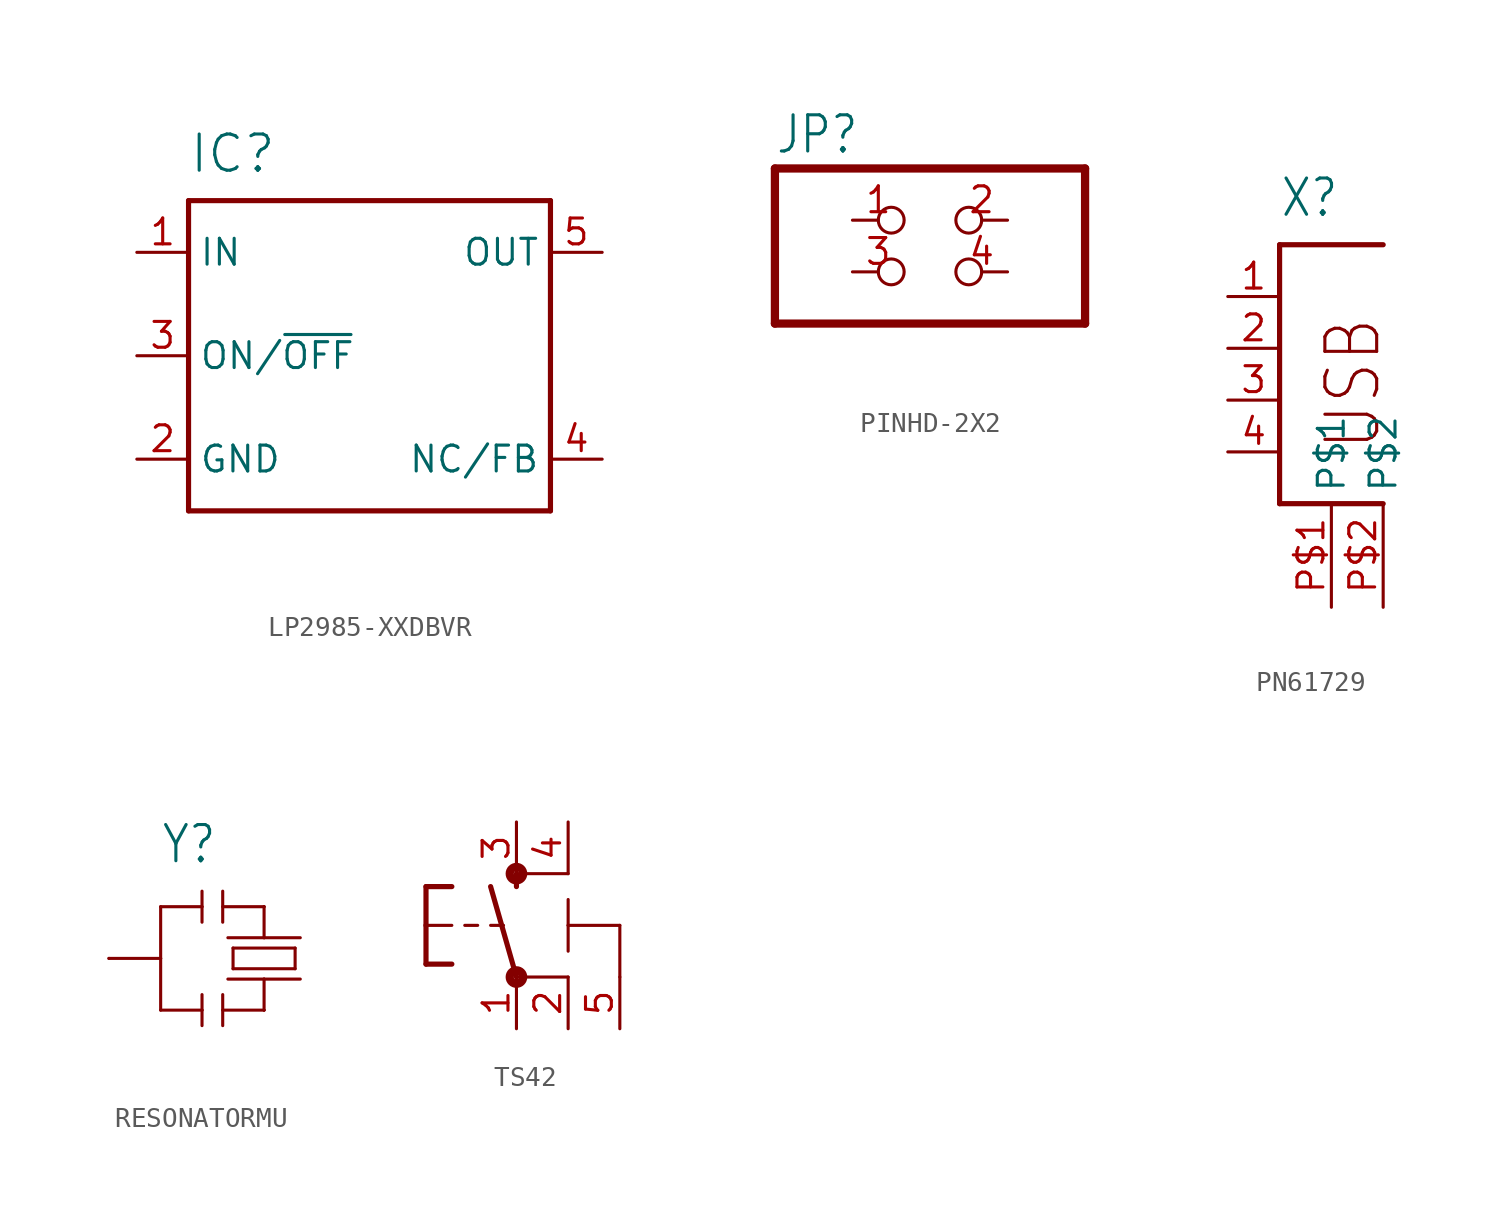
<source format=kicad_sym>
(kicad_symbol_lib
  (version 20231120)
  (generator "kicad_symbol_editor")
  (generator_version "8.0")
  (symbol "LP2985-XXDBVR"
    (property "Reference" "IC"
      (at -7.62 8.89 0)
      (effects (font (size 1.778 1.778)) (justify left bottom)))
    (property "Value" ""
      (at -7.62 -10.16 0)
      (effects (font (size 1.778 1.778)) (justify left bottom)))
    (property "ki_locked" ""
      (at 0 0 0)
      (effects (font (size 1.27 1.27))))
    (symbol "LP2985-XXDBVR_1_0"
      (polyline (pts (xy -7.62 -7.62) (xy -7.62 7.62)) (stroke (width 0.254) (type solid)) (fill (type none)))
      (polyline (pts (xy -7.62 7.62) (xy 10.16 7.62)) (stroke (width 0.254) (type solid)) (fill (type none)))
      (polyline (pts (xy 10.16 -7.62) (xy -7.62 -7.62)) (stroke (width 0.254) (type solid)) (fill (type none)))
      (polyline (pts (xy 10.16 7.62) (xy 10.16 -7.62)) (stroke (width 0.254) (type solid)) (fill (type none)))
      (pin input line (at -10.16 5.08 0) (length 2.54) (name "IN" (effects (font (size 1.27 1.27)))) (number "1" (effects (font (size 1.27 1.27)))))
      (pin power_in line (at -10.16 -5.08 0) (length 2.54) (name "GND" (effects (font (size 1.27 1.27)))) (number "2" (effects (font (size 1.27 1.27)))))
      (pin input line (at -10.16 0 0) (length 2.54) (name "ON/~{OFF}" (effects (font (size 1.27 1.27)))) (number "3" (effects (font (size 1.27 1.27)))))
      (pin passive line (at 12.7 -5.08 180) (length 2.54) (name "NC/FB" (effects (font (size 1.27 1.27)))) (number "4" (effects (font (size 1.27 1.27)))))
      (pin passive line (at 12.7 5.08 180) (length 2.54) (name "OUT" (effects (font (size 1.27 1.27)))) (number "5" (effects (font (size 1.27 1.27)))))))
  (symbol "PINHD-2X2"
    (property "Reference" "JP"
      (at -8.89 5.715 0)
      (effects (font (size 1.778 1.511)) (justify left bottom)))
    (property "Value" ""
      (at -8.89 -5.08 0)
      (effects (font (size 1.778 1.511)) (justify left bottom)))
    (property "ki_locked" ""
      (at 0 0 0)
      (effects (font (size 1.27 1.27))))
    (symbol "PINHD-2X2_1_0"
      (polyline (pts (xy -8.89 -2.54) (xy 6.35 -2.54)) (stroke (width 0.406) (type solid)) (fill (type none)))
      (polyline (pts (xy -8.89 5.08) (xy -8.89 -2.54)) (stroke (width 0.406) (type solid)) (fill (type none)))
      (polyline (pts (xy 6.35 -2.54) (xy 6.35 5.08)) (stroke (width 0.406) (type solid)) (fill (type none)))
      (polyline (pts (xy 6.35 5.08) (xy -8.89 5.08)) (stroke (width 0.406) (type solid)) (fill (type none)))
      (pin passive inverted (at -5.08 2.54 0) (length 2.54) (name "1" (effects (font (size 0 0)))) (number "1" (effects (font (size 1.27 1.27)))))
      (pin passive inverted (at 2.54 2.54 180) (length 2.54) (name "2" (effects (font (size 0 0)))) (number "2" (effects (font (size 1.27 1.27)))))
      (pin passive inverted (at -5.08 0 0) (length 2.54) (name "3" (effects (font (size 0 0)))) (number "3" (effects (font (size 1.27 1.27)))))
      (pin passive inverted (at 2.54 0 180) (length 2.54) (name "4" (effects (font (size 0 0)))) (number "4" (effects (font (size 1.27 1.27)))))))
  (symbol "PN61729"
    (property "Reference" "X"
      (at 0 8.89 0)
      (effects (font (size 1.778 1.511)) (justify left bottom)))
    (property "Value" ""
      (at 0 12.7 0)
      (effects (font (size 1.778 1.511)) (justify left bottom)))
    (property "ki_locked" ""
      (at 0 0 0)
      (effects (font (size 1.27 1.27))))
    (symbol "PN61729_1_0"
      (polyline (pts (xy 0 -5.08) (xy 5.08 -5.08)) (stroke (width 0.254) (type solid)) (fill (type none)))
      (polyline (pts (xy 0 7.62) (xy 0 -5.08)) (stroke (width 0.254) (type solid)) (fill (type none)))
      (polyline (pts (xy 0 7.62) (xy 5.08 7.62)) (stroke (width 0.254) (type solid)) (fill (type none)))
      (text "USB" (at 5.08 -2.54 900) (effects (font (size 2.54 2.159)) (justify left bottom)))
      (pin bidirectional line (at -2.54 5.08 0) (length 2.54) (name "1" (effects (font (size 0 0)))) (number "1" (effects (font (size 1.27 1.27)))))
      (pin bidirectional line (at -2.54 2.54 0) (length 2.54) (name "2" (effects (font (size 0 0)))) (number "2" (effects (font (size 1.27 1.27)))))
      (pin bidirectional line (at -2.54 0 0) (length 2.54) (name "3" (effects (font (size 0 0)))) (number "3" (effects (font (size 1.27 1.27)))))
      (pin bidirectional line (at -2.54 -2.54 0) (length 2.54) (name "4" (effects (font (size 0 0)))) (number "4" (effects (font (size 1.27 1.27)))))
      (pin bidirectional line (at 2.54 -10.16 90) (length 5.08) (name "P$1" (effects (font (size 1.27 1.27)))) (number "P$1" (effects (font (size 1.27 1.27)))))
      (pin bidirectional line (at 5.08 -10.16 90) (length 5.08) (name "P$2" (effects (font (size 1.27 1.27)))) (number "P$2" (effects (font (size 1.27 1.27)))))))
  (symbol "RESONATORMU"
    (property "Reference" "Y"
      (at -5.08 4.572 0)
      (effects (font (size 1.778 1.511)) (justify left bottom)))
    (property "Value" ""
      (at -5.08 -5.588 0)
      (effects (font (size 1.778 1.511)) (justify left bottom)))
    (property "ki_locked" ""
      (at 0 0 0)
      (effects (font (size 1.27 1.27))))
    (symbol "RESONATORMU_1_0"
      (polyline (pts (xy -5.08 -2.54) (xy -3.048 -2.54)) (stroke (width 0.152) (type solid)) (fill (type none)))
      (polyline (pts (xy -5.08 0) (xy -7.62 0)) (stroke (width 0.152) (type solid)) (fill (type none)))
      (polyline (pts (xy -5.08 0) (xy -5.08 -2.54)) (stroke (width 0.152) (type solid)) (fill (type none)))
      (polyline (pts (xy -5.08 2.54) (xy -5.08 0)) (stroke (width 0.152) (type solid)) (fill (type none)))
      (polyline (pts (xy -3.048 -2.54) (xy -3.048 -3.302)) (stroke (width 0.152) (type solid)) (fill (type none)))
      (polyline (pts (xy -3.048 -1.778) (xy -3.048 -2.54)) (stroke (width 0.152) (type solid)) (fill (type none)))
      (polyline (pts (xy -3.048 2.54) (xy -5.08 2.54)) (stroke (width 0.152) (type solid)) (fill (type none)))
      (polyline (pts (xy -3.048 2.54) (xy -3.048 1.778)) (stroke (width 0.152) (type solid)) (fill (type none)))
      (polyline (pts (xy -3.048 3.302) (xy -3.048 2.54)) (stroke (width 0.152) (type solid)) (fill (type none)))
      (polyline (pts (xy -2.032 -1.778) (xy -2.032 -3.302)) (stroke (width 0.152) (type solid)) (fill (type none)))
      (polyline (pts (xy -2.032 3.302) (xy -2.032 1.778)) (stroke (width 0.152) (type solid)) (fill (type none)))
      (polyline (pts (xy -1.778 -1.016) (xy 0 -1.016)) (stroke (width 0.152) (type solid)) (fill (type none)))
      (polyline (pts (xy -1.778 1.016) (xy 0 1.016)) (stroke (width 0.152) (type solid)) (fill (type none)))
      (polyline (pts (xy -1.524 -0.508) (xy 1.524 -0.508)) (stroke (width 0.152) (type solid)) (fill (type none)))
      (polyline (pts (xy -1.524 0.508) (xy -1.524 -0.508)) (stroke (width 0.152) (type solid)) (fill (type none)))
      (polyline (pts (xy 0 -2.54) (xy -2.032 -2.54)) (stroke (width 0.152) (type solid)) (fill (type none)))
      (polyline (pts (xy 0 -1.016) (xy 0 -2.54)) (stroke (width 0.152) (type solid)) (fill (type none)))
      (polyline (pts (xy 0 -1.016) (xy 1.778 -1.016)) (stroke (width 0.152) (type solid)) (fill (type none)))
      (polyline (pts (xy 0 1.016) (xy 0 2.54)) (stroke (width 0.152) (type solid)) (fill (type none)))
      (polyline (pts (xy 0 1.016) (xy 1.778 1.016)) (stroke (width 0.152) (type solid)) (fill (type none)))
      (polyline (pts (xy 0 2.54) (xy -2.032 2.54)) (stroke (width 0.152) (type solid)) (fill (type none)))
      (polyline (pts (xy 1.524 -0.508) (xy 1.524 0.508)) (stroke (width 0.152) (type solid)) (fill (type none)))
      (polyline (pts (xy 1.524 0.508) (xy -1.524 0.508)) (stroke (width 0.152) (type solid)) (fill (type none)))
      (pin passive line (at 0 2.54 180) (length 0) (name "1" (effects (font (size 0 0)))) (number "1" (effects (font (size 0 0)))))
      (pin passive line (at -7.62 0 0) (length 0) (name "2" (effects (font (size 0 0)))) (number "2" (effects (font (size 0 0)))))
      (pin passive line (at 0 -2.54 180) (length 0) (name "3" (effects (font (size 0 0)))) (number "3" (effects (font (size 0 0)))))))
  (symbol "TS42"
    (property "Reference" ""
      (at -6.35 -2.54 90)
      (effects (font (size 1.778 1.511)) (justify left bottom) (hide yes)))
    (property "Value" ""
      (at -3.81 3.175 90)
      (effects (font (size 1.778 1.511)) (justify left bottom)))
    (property "ki_locked" ""
      (at 0 0 0)
      (effects (font (size 1.27 1.27))))
    (symbol "TS42_1_0"
      (circle (center 0 -2.54) (radius 0.127) (stroke (width 0.406) (type solid)) (fill (type none)))
      (polyline (pts (xy -4.445 -1.905) (xy -3.175 -1.905)) (stroke (width 0.254) (type solid)) (fill (type none)))
      (polyline (pts (xy -4.445 0) (xy -4.445 -1.905)) (stroke (width 0.254) (type solid)) (fill (type none)))
      (polyline (pts (xy -4.445 0) (xy -3.175 0)) (stroke (width 0.152) (type solid)) (fill (type none)))
      (polyline (pts (xy -4.445 1.905) (xy -4.445 0)) (stroke (width 0.254) (type solid)) (fill (type none)))
      (polyline (pts (xy -4.445 1.905) (xy -3.175 1.905)) (stroke (width 0.254) (type solid)) (fill (type none)))
      (polyline (pts (xy -2.54 0) (xy -1.905 0)) (stroke (width 0.152) (type solid)) (fill (type none)))
      (polyline (pts (xy -1.27 0) (xy -0.635 0)) (stroke (width 0.152) (type solid)) (fill (type none)))
      (polyline (pts (xy 0 -2.54) (xy -1.27 1.905)) (stroke (width 0.254) (type solid)) (fill (type none)))
      (polyline (pts (xy 0 1.905) (xy 0 2.54)) (stroke (width 0.254) (type solid)) (fill (type none)))
      (polyline (pts (xy 2.54 -2.54) (xy 0 -2.54)) (stroke (width 0.152) (type solid)) (fill (type none)))
      (polyline (pts (xy 2.54 0) (xy 2.54 -1.27)) (stroke (width 0.152) (type solid)) (fill (type none)))
      (polyline (pts (xy 2.54 0) (xy 2.54 1.27)) (stroke (width 0.152) (type solid)) (fill (type none)))
      (polyline (pts (xy 2.54 2.54) (xy 0 2.54)) (stroke (width 0.152) (type solid)) (fill (type none)))
      (polyline (pts (xy 5.08 -2.54) (xy 5.08 0)) (stroke (width 0.152) (type solid)) (fill (type none)))
      (polyline (pts (xy 5.08 0) (xy 2.54 0)) (stroke (width 0.152) (type solid)) (fill (type none)))
      (circle (center 0 2.54) (radius 0.127) (stroke (width 0.406) (type solid)) (fill (type none)))
      (pin passive line (at 0 -5.08 90) (length 2.54) (name "1" (effects (font (size 0 0)))) (number "1" (effects (font (size 1.27 1.27)))))
      (pin passive line (at 2.54 -5.08 90) (length 2.54) (name "2" (effects (font (size 0 0)))) (number "2" (effects (font (size 1.27 1.27)))))
      (pin passive line (at 0 5.08 270) (length 2.54) (name "3" (effects (font (size 0 0)))) (number "3" (effects (font (size 1.27 1.27)))))
      (pin passive line (at 2.54 5.08 270) (length 2.54) (name "4" (effects (font (size 0 0)))) (number "4" (effects (font (size 1.27 1.27)))))
      (pin power_in line (at 5.08 -5.08 90) (length 2.54) (name "5-GND" (effects (font (size 0 0)))) (number "5" (effects (font (size 1.27 1.27))))))))
</source>
